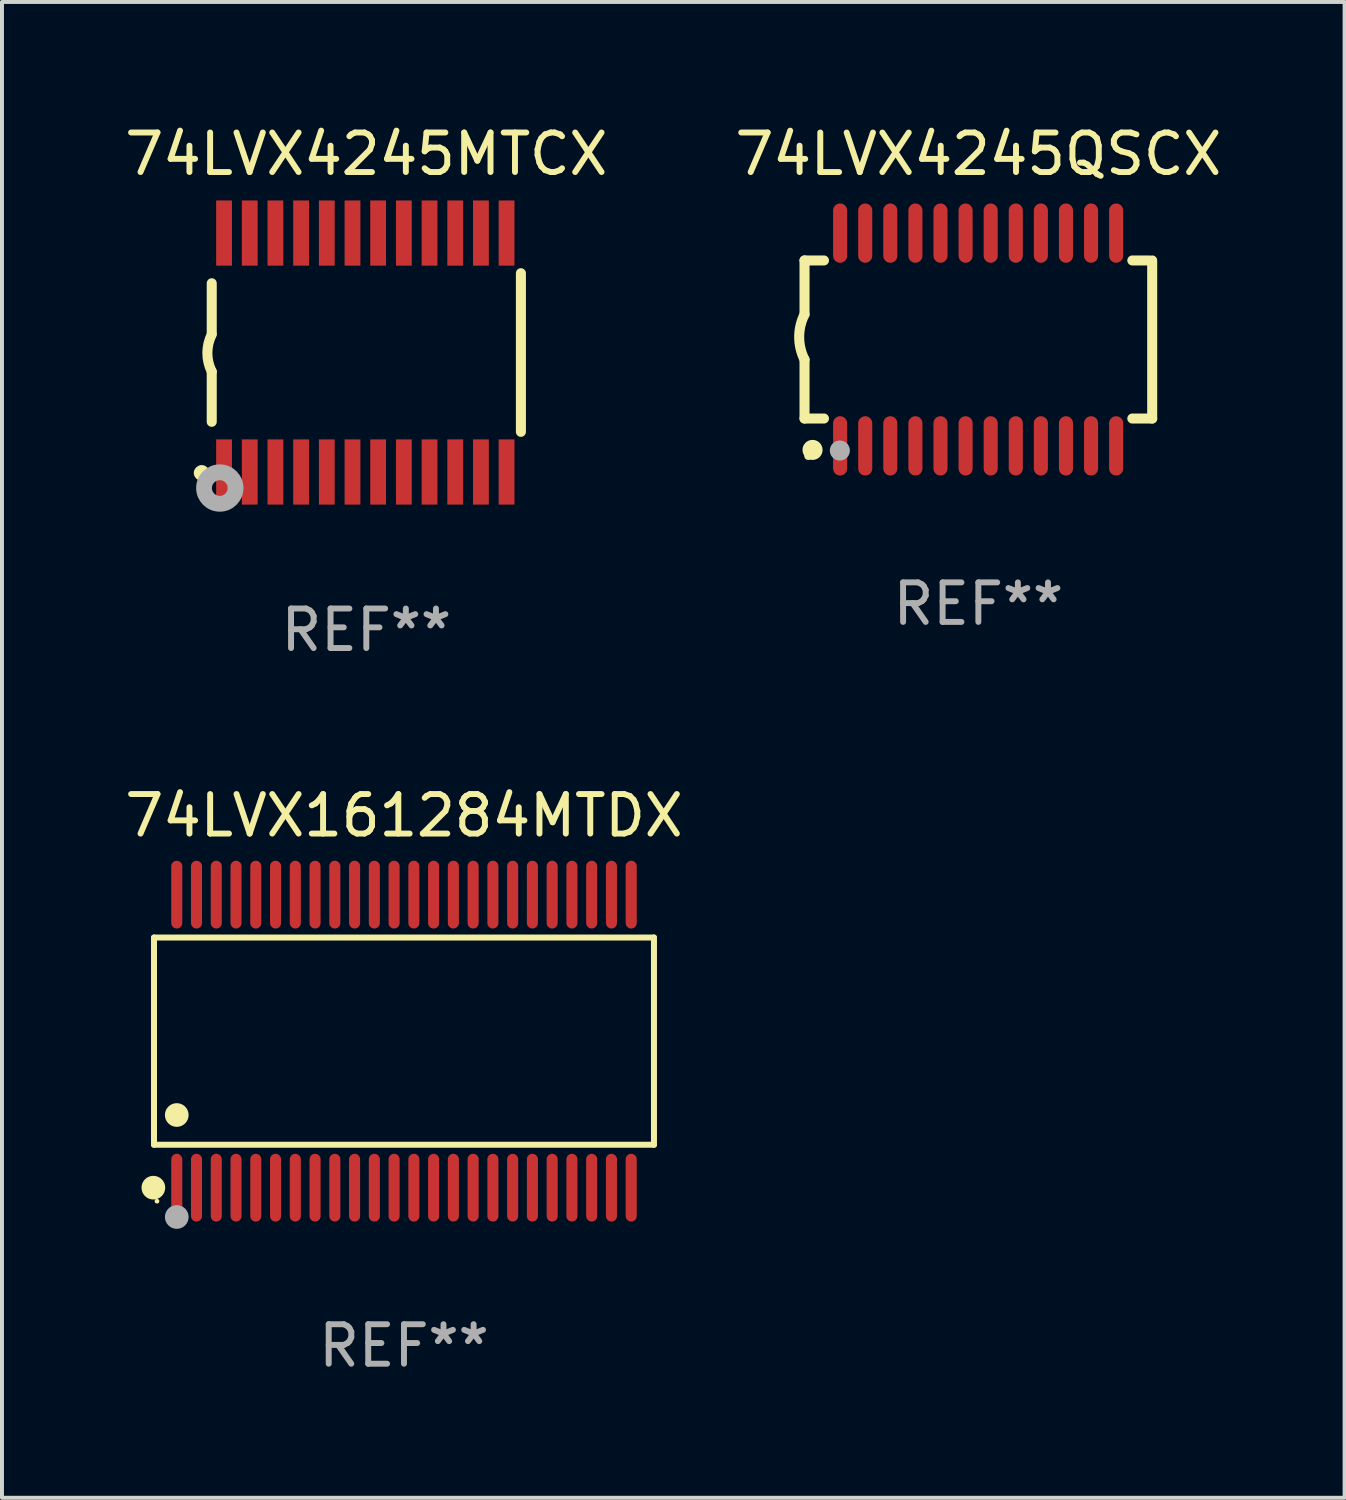
<source format=kicad_pcb>
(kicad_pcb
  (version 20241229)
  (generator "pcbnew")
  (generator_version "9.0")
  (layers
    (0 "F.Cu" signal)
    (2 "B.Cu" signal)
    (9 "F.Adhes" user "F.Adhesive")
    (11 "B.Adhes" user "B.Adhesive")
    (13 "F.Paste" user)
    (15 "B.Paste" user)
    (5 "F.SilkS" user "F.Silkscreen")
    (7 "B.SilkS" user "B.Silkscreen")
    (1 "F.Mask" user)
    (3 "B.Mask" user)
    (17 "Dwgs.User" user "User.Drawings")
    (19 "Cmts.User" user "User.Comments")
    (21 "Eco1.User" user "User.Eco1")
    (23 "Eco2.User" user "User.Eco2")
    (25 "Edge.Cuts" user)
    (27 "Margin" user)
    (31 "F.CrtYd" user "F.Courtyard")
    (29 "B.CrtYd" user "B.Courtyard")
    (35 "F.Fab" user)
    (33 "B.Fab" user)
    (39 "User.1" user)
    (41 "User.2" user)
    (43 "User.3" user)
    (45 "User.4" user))
  (footprint "74LVX161284MTDX"
    (layer "F.Cu")
    (at 7.173 23.297)
    (property "Reference" "74LVX161284MTDX" (at 0 -5.708 0) (layer "F.SilkS") (effects (font (size 1 1) (thickness 0.15))))
    (attr through_hole)
    (fp_line (start -6.326 -2.622) (end 6.326 -2.622) (stroke (width 0.152) (type solid)) (layer "F.SilkS"))
    (fp_line (start -6.326 2.621) (end -6.326 -2.622) (stroke (width 0.152) (type solid)) (layer "F.SilkS"))
    (fp_line (start 6.326 -2.622) (end 6.326 2.621) (stroke (width 0.152) (type solid)) (layer "F.SilkS"))
    (fp_line (start 6.326 2.621) (end -6.326 2.621) (stroke (width 0.152) (type solid)) (layer "F.SilkS"))
    (fp_circle (center -6.342 3.708) (end -6.192 3.708) (stroke (width 0.3) (type solid)) (fill no) (layer "F.SilkS"))
    (fp_circle (center -6.25 4.05) (end -6.22 4.05) (stroke (width 0.06) (type solid)) (fill no) (layer "F.SilkS"))
    (fp_circle (center -5.75 1.869) (end -5.6 1.869) (stroke (width 0.3) (type solid)) (fill no) (layer "F.SilkS"))
    (fp_circle (center -5.75 4.45) (end -5.6 4.45) (stroke (width 0.3) (type solid)) (fill no) (layer "F.Fab"))
    (fp_text user "REF**" (at 0 7.708 0) (layer "F.Fab") (effects (font (size 1 1) (thickness 0.15))))
    (pad "1" smd oval (at -5.75 3.708) (size 0.28 1.715) (layers "F.Cu" "F.Mask" "F.Paste"))
    (pad "2" smd oval (at -5.25 3.708) (size 0.28 1.715) (layers "F.Cu" "F.Mask" "F.Paste"))
    (pad "3" smd oval (at -4.75 3.708) (size 0.28 1.715) (layers "F.Cu" "F.Mask" "F.Paste"))
    (pad "4" smd oval (at -4.25 3.708) (size 0.28 1.715) (layers "F.Cu" "F.Mask" "F.Paste"))
    (pad "5" smd oval (at -3.75 3.708) (size 0.28 1.715) (layers "F.Cu" "F.Mask" "F.Paste"))
    (pad "6" smd oval (at -3.25 3.708) (size 0.28 1.715) (layers "F.Cu" "F.Mask" "F.Paste"))
    (pad "7" smd oval (at -2.75 3.708) (size 0.28 1.715) (layers "F.Cu" "F.Mask" "F.Paste"))
    (pad "8" smd oval (at -2.25 3.708) (size 0.28 1.715) (layers "F.Cu" "F.Mask" "F.Paste"))
    (pad "9" smd oval (at -1.75 3.708) (size 0.28 1.715) (layers "F.Cu" "F.Mask" "F.Paste"))
    (pad "10" smd oval (at -1.25 3.708) (size 0.28 1.715) (layers "F.Cu" "F.Mask" "F.Paste"))
    (pad "11" smd oval (at -0.75 3.708) (size 0.28 1.715) (layers "F.Cu" "F.Mask" "F.Paste"))
    (pad "12" smd oval (at -0.25 3.708) (size 0.28 1.715) (layers "F.Cu" "F.Mask" "F.Paste"))
    (pad "13" smd oval (at 0.25 3.708) (size 0.28 1.715) (layers "F.Cu" "F.Mask" "F.Paste"))
    (pad "14" smd oval (at 0.75 3.708) (size 0.28 1.715) (layers "F.Cu" "F.Mask" "F.Paste"))
    (pad "15" smd oval (at 1.25 3.708) (size 0.28 1.715) (layers "F.Cu" "F.Mask" "F.Paste"))
    (pad "16" smd oval (at 1.75 3.708) (size 0.28 1.715) (layers "F.Cu" "F.Mask" "F.Paste"))
    (pad "17" smd oval (at 2.25 3.708) (size 0.28 1.715) (layers "F.Cu" "F.Mask" "F.Paste"))
    (pad "18" smd oval (at 2.75 3.708) (size 0.28 1.715) (layers "F.Cu" "F.Mask" "F.Paste"))
    (pad "19" smd oval (at 3.25 3.708) (size 0.28 1.715) (layers "F.Cu" "F.Mask" "F.Paste"))
    (pad "20" smd oval (at 3.75 3.708) (size 0.28 1.715) (layers "F.Cu" "F.Mask" "F.Paste"))
    (pad "21" smd oval (at 4.25 3.708) (size 0.28 1.715) (layers "F.Cu" "F.Mask" "F.Paste"))
    (pad "22" smd oval (at 4.75 3.708) (size 0.28 1.715) (layers "F.Cu" "F.Mask" "F.Paste"))
    (pad "23" smd oval (at 5.25 3.708) (size 0.28 1.715) (layers "F.Cu" "F.Mask" "F.Paste"))
    (pad "24" smd oval (at 5.75 3.708) (size 0.28 1.715) (layers "F.Cu" "F.Mask" "F.Paste"))
    (pad "25" smd oval (at 5.75 -3.708) (size 0.28 1.715) (layers "F.Cu" "F.Mask" "F.Paste"))
    (pad "26" smd oval (at 5.25 -3.708) (size 0.28 1.715) (layers "F.Cu" "F.Mask" "F.Paste"))
    (pad "27" smd oval (at 4.75 -3.708) (size 0.28 1.715) (layers "F.Cu" "F.Mask" "F.Paste"))
    (pad "28" smd oval (at 4.25 -3.708) (size 0.28 1.715) (layers "F.Cu" "F.Mask" "F.Paste"))
    (pad "29" smd oval (at 3.75 -3.708) (size 0.28 1.715) (layers "F.Cu" "F.Mask" "F.Paste"))
    (pad "30" smd oval (at 3.25 -3.708) (size 0.28 1.715) (layers "F.Cu" "F.Mask" "F.Paste"))
    (pad "31" smd oval (at 2.75 -3.708) (size 0.28 1.715) (layers "F.Cu" "F.Mask" "F.Paste"))
    (pad "32" smd oval (at 2.25 -3.708) (size 0.28 1.715) (layers "F.Cu" "F.Mask" "F.Paste"))
    (pad "33" smd oval (at 1.75 -3.708) (size 0.28 1.715) (layers "F.Cu" "F.Mask" "F.Paste"))
    (pad "34" smd oval (at 1.25 -3.708) (size 0.28 1.715) (layers "F.Cu" "F.Mask" "F.Paste"))
    (pad "35" smd oval (at 0.75 -3.708) (size 0.28 1.715) (layers "F.Cu" "F.Mask" "F.Paste"))
    (pad "36" smd oval (at 0.25 -3.708) (size 0.28 1.715) (layers "F.Cu" "F.Mask" "F.Paste"))
    (pad "37" smd oval (at -0.25 -3.708) (size 0.28 1.715) (layers "F.Cu" "F.Mask" "F.Paste"))
    (pad "38" smd oval (at -0.75 -3.708) (size 0.28 1.715) (layers "F.Cu" "F.Mask" "F.Paste"))
    (pad "39" smd oval (at -1.25 -3.708) (size 0.28 1.715) (layers "F.Cu" "F.Mask" "F.Paste"))
    (pad "40" smd oval (at -1.75 -3.708) (size 0.28 1.715) (layers "F.Cu" "F.Mask" "F.Paste"))
    (pad "41" smd oval (at -2.25 -3.708) (size 0.28 1.715) (layers "F.Cu" "F.Mask" "F.Paste"))
    (pad "42" smd oval (at -2.75 -3.708) (size 0.28 1.715) (layers "F.Cu" "F.Mask" "F.Paste"))
    (pad "43" smd oval (at -3.25 -3.708) (size 0.28 1.715) (layers "F.Cu" "F.Mask" "F.Paste"))
    (pad "44" smd oval (at -3.75 -3.708) (size 0.28 1.715) (layers "F.Cu" "F.Mask" "F.Paste"))
    (pad "45" smd oval (at -4.25 -3.708) (size 0.28 1.715) (layers "F.Cu" "F.Mask" "F.Paste"))
    (pad "46" smd oval (at -4.75 -3.708) (size 0.28 1.715) (layers "F.Cu" "F.Mask" "F.Paste"))
    (pad "47" smd oval (at -5.25 -3.708) (size 0.28 1.715) (layers "F.Cu" "F.Mask" "F.Paste"))
    (pad "48" smd oval (at -5.75 -3.708) (size 0.28 1.715) (layers "F.Cu" "F.Mask" "F.Paste")))
  (footprint "74LVX4245MTCX"
    (layer "F.Cu")
    (at 6.22 5.871)
    (property "Reference" "74LVX4245MTCX" (at 0 -5.023 0) (layer "F.SilkS") (effects (font (size 1 1) (thickness 0.15))))
    (attr through_hole)
    (fp_line (start -3.912 -0.483) (end -3.912 -1.753) (stroke (width 0.254) (type solid)) (layer "F.SilkS"))
    (fp_line (start -3.912 1.753) (end -3.912 0.483) (stroke (width 0.254) (type solid)) (layer "F.SilkS"))
    (fp_line (start 3.912 -2.007) (end 3.912 2.007) (stroke (width 0.254) (type solid)) (layer "F.SilkS"))
    (fp_arc (start -3.911608 0.482601) (mid -4.022537 0.0127) (end -3.911608 -0.457201) (stroke (width 0.254001) (type solid)) (layer "F.SilkS"))
    (fp_circle (center -4.166 3.048) (end -4.066 3.048) (stroke (width 0.2) (type solid)) (fill no) (layer "F.SilkS"))
    (fp_circle (center -3.925 3.186) (end -3.895 3.186) (stroke (width 0.06) (type solid)) (fill no) (layer "F.SilkS"))
    (fp_circle (center -3.708 3.429) (end -3.509 3.429) (stroke (width 0.4) (type solid)) (fill no) (layer "F.Fab"))
    (fp_text user "REF**" (at 0 7.023 0) (layer "F.Fab") (effects (font (size 1 1) (thickness 0.15))))
    (pad "1" smd rect (at -3.6 3.023) (size 0.4 1.65) (layers "F.Cu" "F.Mask" "F.Paste"))
    (pad "2" smd rect (at -2.95 3.023) (size 0.4 1.65) (layers "F.Cu" "F.Mask" "F.Paste"))
    (pad "3" smd rect (at -2.3 3.023) (size 0.4 1.65) (layers "F.Cu" "F.Mask" "F.Paste"))
    (pad "4" smd rect (at -1.65 3.023) (size 0.4 1.65) (layers "F.Cu" "F.Mask" "F.Paste"))
    (pad "5" smd rect (at -1 3.023) (size 0.4 1.65) (layers "F.Cu" "F.Mask" "F.Paste"))
    (pad "6" smd rect (at -0.35 3.023) (size 0.4 1.65) (layers "F.Cu" "F.Mask" "F.Paste"))
    (pad "7" smd rect (at 0.299 3.023) (size 0.4 1.65) (layers "F.Cu" "F.Mask" "F.Paste"))
    (pad "8" smd rect (at 0.95 3.023) (size 0.4 1.65) (layers "F.Cu" "F.Mask" "F.Paste"))
    (pad "9" smd rect (at 1.6 3.023) (size 0.4 1.65) (layers "F.Cu" "F.Mask" "F.Paste"))
    (pad "10" smd rect (at 2.25 3.023) (size 0.4 1.65) (layers "F.Cu" "F.Mask" "F.Paste"))
    (pad "11" smd rect (at 2.9 3.023) (size 0.4 1.65) (layers "F.Cu" "F.Mask" "F.Paste"))
    (pad "12" smd rect (at 3.549 3.023) (size 0.4 1.65) (layers "F.Cu" "F.Mask" "F.Paste"))
    (pad "13" smd rect (at 3.549 -3.023) (size 0.4 1.65) (layers "F.Cu" "F.Mask" "F.Paste"))
    (pad "14" smd rect (at 2.9 -3.023) (size 0.4 1.65) (layers "F.Cu" "F.Mask" "F.Paste"))
    (pad "15" smd rect (at 2.25 -3.023) (size 0.4 1.65) (layers "F.Cu" "F.Mask" "F.Paste"))
    (pad "16" smd rect (at 1.6 -3.023) (size 0.4 1.65) (layers "F.Cu" "F.Mask" "F.Paste"))
    (pad "17" smd rect (at 0.95 -3.023) (size 0.4 1.65) (layers "F.Cu" "F.Mask" "F.Paste"))
    (pad "18" smd rect (at 0.299 -3.023) (size 0.4 1.65) (layers "F.Cu" "F.Mask" "F.Paste"))
    (pad "19" smd rect (at -0.35 -3.023) (size 0.4 1.65) (layers "F.Cu" "F.Mask" "F.Paste"))
    (pad "20" smd rect (at -1 -3.023) (size 0.4 1.65) (layers "F.Cu" "F.Mask" "F.Paste"))
    (pad "21" smd rect (at -1.65 -3.023) (size 0.4 1.65) (layers "F.Cu" "F.Mask" "F.Paste"))
    (pad "22" smd rect (at -2.3 -3.023) (size 0.4 1.65) (layers "F.Cu" "F.Mask" "F.Paste"))
    (pad "23" smd rect (at -2.95 -3.023) (size 0.4 1.65) (layers "F.Cu" "F.Mask" "F.Paste"))
    (pad "24" smd rect (at -3.6 -3.023) (size 0.4 1.65) (layers "F.Cu" "F.Mask" "F.Paste")))
  (footprint "74LVX4245QSCX"
    (layer "F.Cu")
    (at 21.708 5.541)
    (property "Reference" "74LVX4245QSCX" (at 0 -4.692 0) (layer "F.SilkS") (effects (font (size 1 1) (thickness 0.15))))
    (attr through_hole)
    (fp_line (start -4.399 -2) (end -4.399 -0.635) (stroke (width 0.254) (type solid)) (layer "F.SilkS"))
    (fp_line (start -4.399 -2) (end -3.907 -2) (stroke (width 0.254) (type solid)) (layer "F.SilkS"))
    (fp_line (start -4.399 2) (end -4.399 0.508) (stroke (width 0.254) (type solid)) (layer "F.SilkS"))
    (fp_line (start -4.399 2) (end -3.907 2) (stroke (width 0.254) (type solid)) (layer "F.SilkS"))
    (fp_line (start 3.896 -2) (end 4.313 -2) (stroke (width 0.254) (type solid)) (layer "F.SilkS"))
    (fp_line (start 3.896 2) (end 4.399 2) (stroke (width 0.254) (type solid)) (layer "F.SilkS"))
    (fp_line (start 4.399 2) (end 4.399 -2) (stroke (width 0.254) (type solid)) (layer "F.SilkS"))
    (fp_arc (start -4.399301 0.508001) (mid -4.534214 -0.0635) (end -4.399301 -0.635001) (stroke (width 0.254001) (type solid)) (layer "F.SilkS"))
    (fp_circle (center -4.305 2.95) (end -4.255 2.95) (stroke (width 0.1) (type solid)) (fill no) (layer "F.SilkS"))
    (fp_circle (center -4.196 2.794) (end -4.069 2.794) (stroke (width 0.254) (type solid)) (fill no) (layer "F.SilkS"))
    (fp_circle (center -3.505 2.81) (end -3.378 2.81) (stroke (width 0.254) (type solid)) (fill no) (layer "F.Fab"))
    (fp_text user "REF**" (at 0 6.692 0) (layer "F.Fab") (effects (font (size 1 1) (thickness 0.15))))
    (pad "1" smd oval (at -3.498 2.692 90) (size 1.5 0.356) (layers "F.Cu" "F.Mask" "F.Paste"))
    (pad "2" smd oval (at -2.863 2.692 90) (size 1.5 0.356) (layers "F.Cu" "F.Mask" "F.Paste"))
    (pad "3" smd oval (at -2.228 2.692 90) (size 1.5 0.356) (layers "F.Cu" "F.Mask" "F.Paste"))
    (pad "4" smd oval (at -1.593 2.692 90) (size 1.5 0.356) (layers "F.Cu" "F.Mask" "F.Paste"))
    (pad "5" smd oval (at -0.958 2.692 90) (size 1.5 0.356) (layers "F.Cu" "F.Mask" "F.Paste"))
    (pad "6" smd oval (at -0.323 2.692 90) (size 1.5 0.356) (layers "F.Cu" "F.Mask" "F.Paste"))
    (pad "7" smd oval (at 0.312 2.692 90) (size 1.5 0.356) (layers "F.Cu" "F.Mask" "F.Paste"))
    (pad "8" smd oval (at 0.947 2.692 90) (size 1.5 0.356) (layers "F.Cu" "F.Mask" "F.Paste"))
    (pad "9" smd oval (at 1.582 2.692 90) (size 1.5 0.356) (layers "F.Cu" "F.Mask" "F.Paste"))
    (pad "10" smd oval (at 2.217 2.692 90) (size 1.5 0.356) (layers "F.Cu" "F.Mask" "F.Paste"))
    (pad "11" smd oval (at 2.852 2.692 90) (size 1.5 0.356) (layers "F.Cu" "F.Mask" "F.Paste"))
    (pad "12" smd oval (at 3.487 2.692 90) (size 1.5 0.356) (layers "F.Cu" "F.Mask" "F.Paste"))
    (pad "13" smd oval (at 3.487 -2.692 90) (size 1.5 0.356) (layers "F.Cu" "F.Mask" "F.Paste"))
    (pad "14" smd oval (at 2.852 -2.692 90) (size 1.5 0.356) (layers "F.Cu" "F.Mask" "F.Paste"))
    (pad "15" smd oval (at 2.217 -2.692 90) (size 1.5 0.356) (layers "F.Cu" "F.Mask" "F.Paste"))
    (pad "16" smd oval (at 1.582 -2.692 90) (size 1.5 0.356) (layers "F.Cu" "F.Mask" "F.Paste"))
    (pad "17" smd oval (at 0.947 -2.692 90) (size 1.5 0.356) (layers "F.Cu" "F.Mask" "F.Paste"))
    (pad "18" smd oval (at 0.312 -2.692 90) (size 1.5 0.356) (layers "F.Cu" "F.Mask" "F.Paste"))
    (pad "19" smd oval (at -0.323 -2.692 90) (size 1.5 0.356) (layers "F.Cu" "F.Mask" "F.Paste"))
    (pad "20" smd oval (at -0.958 -2.692 90) (size 1.5 0.356) (layers "F.Cu" "F.Mask" "F.Paste"))
    (pad "21" smd oval (at -1.593 -2.692 90) (size 1.5 0.356) (layers "F.Cu" "F.Mask" "F.Paste"))
    (pad "22" smd oval (at -2.228 -2.692 90) (size 1.5 0.356) (layers "F.Cu" "F.Mask" "F.Paste"))
    (pad "23" smd oval (at -2.863 -2.692 90) (size 1.5 0.356) (layers "F.Cu" "F.Mask" "F.Paste"))
    (pad "24" smd oval (at -3.498 -2.692 90) (size 1.5 0.356) (layers "F.Cu" "F.Mask" "F.Paste")))
  (gr_rect
    (start -3 -3)
    (end 30.976 34.853)
    (stroke (width 0.1) (type default))
    (fill no)
    (layer "Edge.Cuts")))
</source>
